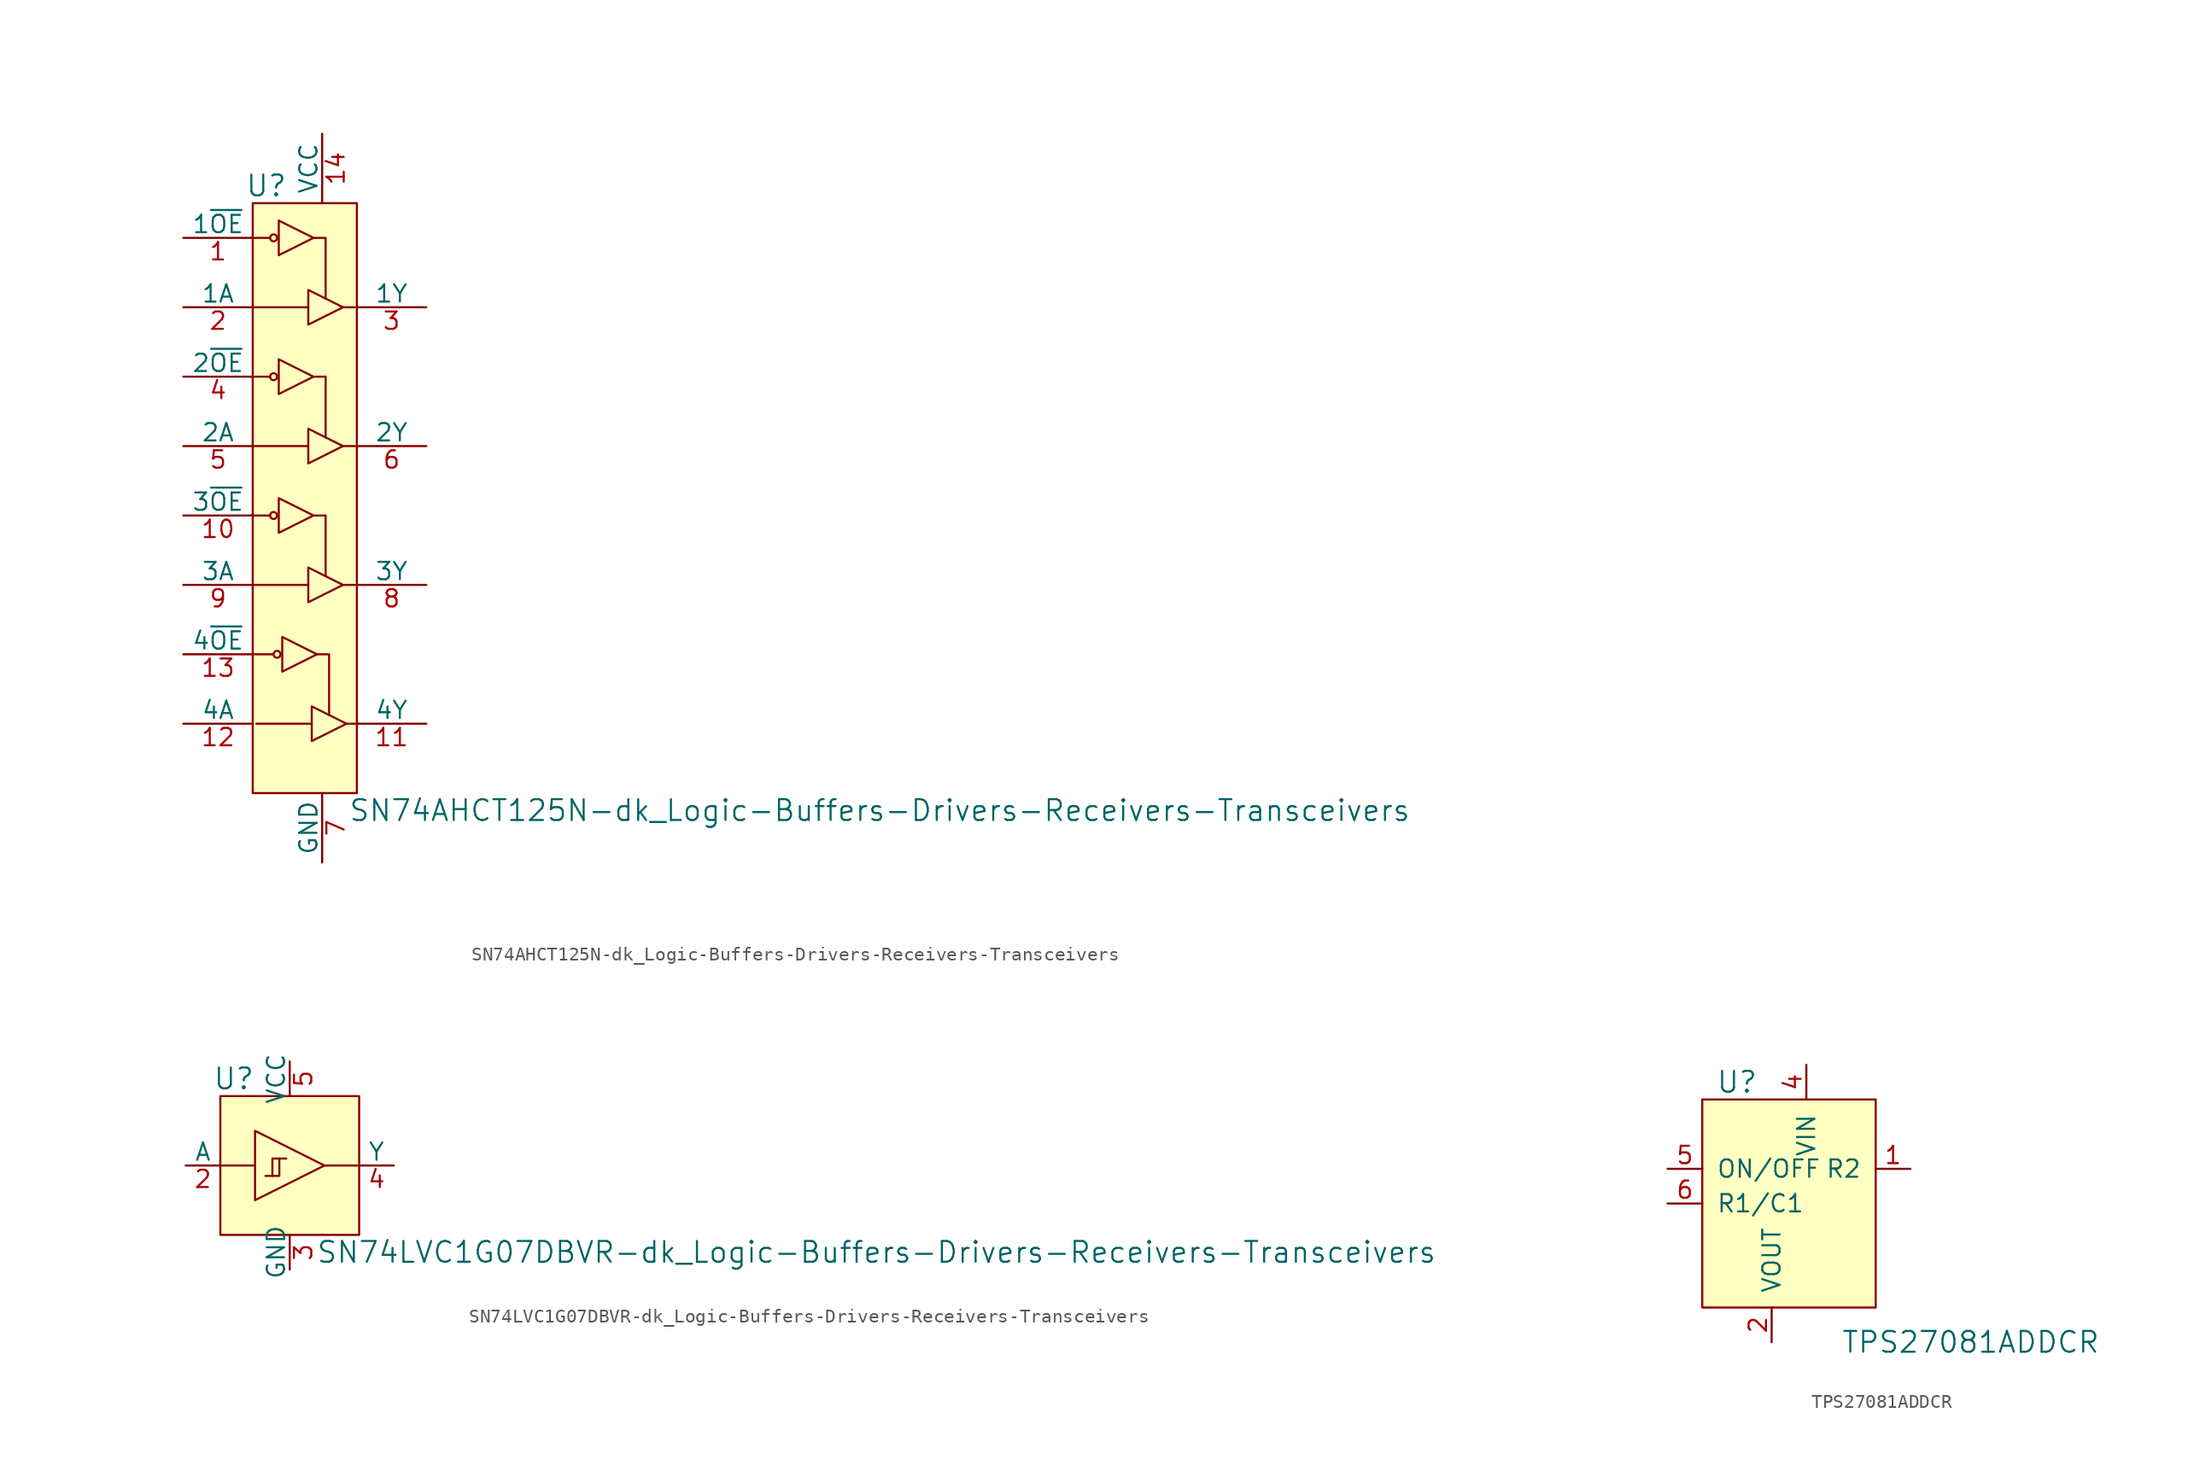
<source format=kicad_sym>
(kicad_symbol_lib
  (version 20231120)
  (generator "kicad_symbol_editor")
  (generator_version "8.0")
  (symbol "SN74AHCT125N-dk_Logic-Buffers-Drivers-Receivers-Transceivers"
    (pin_names
      (offset 0))
    (property "Reference" "U"
      (at -2.54 13.97 0)
      (effects (font (size 1.524 1.524)) (justify right)))
    (property "Value" "SN74AHCT125N-dk_Logic-Buffers-Drivers-Receivers-Transceivers"
      (at 1.905 -31.75 0)
      (effects (font (size 1.524 1.524)) (justify left)))
    (symbol "SN74AHCT125N-dk_Logic-Buffers-Drivers-Receivers-Transceivers_0_1"
      (rectangle (start -5.08 12.7) (end 2.54 -30.48) (stroke (width 0) (type default)) (fill (type background)))
      (circle (center -3.556 -10.16) (radius 0.254) (stroke (width 0) (type default)) (fill (type none)))
      (circle (center -3.556 0) (radius 0.254) (stroke (width 0) (type default)) (fill (type none)))
      (circle (center -3.556 10.16) (radius 0.254) (stroke (width 0) (type default)) (fill (type none)))
      (circle (center -3.302 -20.32) (radius 0.254) (stroke (width 0) (type default)) (fill (type none)))
      (polyline (pts (xy -3.81 -10.16) (xy -5.207 -10.16)) (stroke (width 0) (type default)) (fill (type none)))
      (polyline (pts (xy -3.81 0) (xy -5.207 0)) (stroke (width 0) (type default)) (fill (type none)))
      (polyline (pts (xy -3.81 10.16) (xy -5.207 10.16)) (stroke (width 0) (type default)) (fill (type none)))
      (polyline (pts (xy -3.556 -20.32) (xy -4.953 -20.32)) (stroke (width 0) (type default)) (fill (type none)))
      (polyline (pts (xy -1.016 -15.24) (xy -5.08 -15.24)) (stroke (width 0) (type default)) (fill (type none)))
      (polyline (pts (xy -1.016 -5.08) (xy -5.08 -5.08)) (stroke (width 0) (type default)) (fill (type none)))
      (polyline (pts (xy -1.016 5.08) (xy -5.08 5.08)) (stroke (width 0) (type default)) (fill (type none)))
      (polyline (pts (xy -0.762 -25.4) (xy -4.826 -25.4)) (stroke (width 0) (type default)) (fill (type none)))
      (polyline (pts (xy 1.397 -15.24) (xy 2.413 -15.24)) (stroke (width 0) (type default)) (fill (type none)))
      (polyline (pts (xy 1.397 -5.08) (xy 2.413 -5.08)) (stroke (width 0) (type default)) (fill (type none)))
      (polyline (pts (xy 1.397 5.08) (xy 2.413 5.08)) (stroke (width 0) (type default)) (fill (type none)))
      (polyline (pts (xy 1.651 -25.4) (xy 2.667 -25.4)) (stroke (width 0) (type default)) (fill (type none)))
      (polyline (pts (xy 0.254 -14.605) (xy 0.254 -10.16) (xy -0.635 -10.16)) (stroke (width 0) (type default)) (fill (type none)))
      (polyline (pts (xy 0.254 -4.445) (xy 0.254 0) (xy -0.635 0)) (stroke (width 0) (type default)) (fill (type none)))
      (polyline (pts (xy 0.254 5.715) (xy 0.254 10.16) (xy -0.635 10.16)) (stroke (width 0) (type default)) (fill (type none)))
      (polyline (pts (xy 0.508 -24.765) (xy 0.508 -20.32) (xy -0.381 -20.32)) (stroke (width 0) (type default)) (fill (type none)))
      (polyline (pts (xy -3.175 -8.89) (xy -3.175 -10.16) (xy -3.175 -11.43) (xy -0.635 -10.16) (xy -3.175 -8.89)) (stroke (width 0) (type default)) (fill (type none)))
      (polyline (pts (xy -3.175 1.27) (xy -3.175 0) (xy -3.175 -1.27) (xy -0.635 0) (xy -3.175 1.27)) (stroke (width 0) (type default)) (fill (type none)))
      (polyline (pts (xy -3.175 11.43) (xy -3.175 10.16) (xy -3.175 8.89) (xy -0.635 10.16) (xy -3.175 11.43)) (stroke (width 0) (type default)) (fill (type none)))
      (polyline (pts (xy -2.921 -19.05) (xy -2.921 -20.32) (xy -2.921 -21.59) (xy -0.381 -20.32) (xy -2.921 -19.05)) (stroke (width 0) (type default)) (fill (type none)))
      (polyline (pts (xy -1.016 -13.97) (xy -1.016 -15.24) (xy -1.016 -16.51) (xy 1.524 -15.24) (xy -1.016 -13.97)) (stroke (width 0) (type default)) (fill (type none)))
      (polyline (pts (xy -1.016 -3.81) (xy -1.016 -5.08) (xy -1.016 -6.35) (xy 1.524 -5.08) (xy -1.016 -3.81)) (stroke (width 0) (type default)) (fill (type none)))
      (polyline (pts (xy -1.016 6.35) (xy -1.016 5.08) (xy -1.016 3.81) (xy 1.524 5.08) (xy -1.016 6.35)) (stroke (width 0) (type default)) (fill (type none)))
      (polyline (pts (xy -0.762 -24.13) (xy -0.762 -25.4) (xy -0.762 -26.67) (xy 1.778 -25.4) (xy -0.762 -24.13)) (stroke (width 0) (type default)) (fill (type none))))
    (symbol "SN74AHCT125N-dk_Logic-Buffers-Drivers-Receivers-Transceivers_1_1"
      (pin input line (at -10.16 10.16 0) (length 5.08) (name "1~{OE}" (effects (font (size 1.27 1.27)))) (number "1" (effects (font (size 1.27 1.27)))))
      (pin input line (at -10.16 -10.16 0) (length 5.08) (name "3~{OE}" (effects (font (size 1.27 1.27)))) (number "10" (effects (font (size 1.27 1.27)))))
      (pin output line (at 7.62 -25.4 180) (length 5.08) (name "4Y" (effects (font (size 1.27 1.27)))) (number "11" (effects (font (size 1.27 1.27)))))
      (pin input line (at -10.16 -25.4 0) (length 5.08) (name "4A" (effects (font (size 1.27 1.27)))) (number "12" (effects (font (size 1.27 1.27)))))
      (pin input line (at -10.16 -20.32 0) (length 5.08) (name "4~{OE}" (effects (font (size 1.27 1.27)))) (number "13" (effects (font (size 1.27 1.27)))))
      (pin power_in line (at 0 17.78 270) (length 5.08) (name "VCC" (effects (font (size 1.27 1.27)))) (number "14" (effects (font (size 1.27 1.27)))))
      (pin input line (at -10.16 5.08 0) (length 5.08) (name "1A" (effects (font (size 1.27 1.27)))) (number "2" (effects (font (size 1.27 1.27)))))
      (pin output line (at 7.62 5.08 180) (length 5.08) (name "1Y" (effects (font (size 1.27 1.27)))) (number "3" (effects (font (size 1.27 1.27)))))
      (pin input line (at -10.16 0 0) (length 5.08) (name "2~{OE}" (effects (font (size 1.27 1.27)))) (number "4" (effects (font (size 1.27 1.27)))))
      (pin input line (at -10.16 -5.08 0) (length 5.08) (name "2A" (effects (font (size 1.27 1.27)))) (number "5" (effects (font (size 1.27 1.27)))))
      (pin output line (at 7.62 -5.08 180) (length 5.08) (name "2Y" (effects (font (size 1.27 1.27)))) (number "6" (effects (font (size 1.27 1.27)))))
      (pin power_in line (at 0 -35.56 90) (length 5.08) (name "GND" (effects (font (size 1.27 1.27)))) (number "7" (effects (font (size 1.27 1.27)))))
      (pin output line (at 7.62 -15.24 180) (length 5.08) (name "3Y" (effects (font (size 1.27 1.27)))) (number "8" (effects (font (size 1.27 1.27)))))
      (pin input line (at -10.16 -15.24 0) (length 5.08) (name "3A" (effects (font (size 1.27 1.27)))) (number "9" (effects (font (size 1.27 1.27)))))))
  (symbol "SN74LVC1G07DBVR-dk_Logic-Buffers-Drivers-Receivers-Transceivers"
    (pin_names
      (offset 0))
    (property "Reference" "U"
      (at -2.54 6.35 0)
      (effects (font (size 1.524 1.524)) (justify right)))
    (property "Value" "SN74LVC1G07DBVR-dk_Logic-Buffers-Drivers-Receivers-Transceivers"
      (at 1.905 -6.35 0)
      (effects (font (size 1.524 1.524)) (justify left)))
    (symbol "SN74LVC1G07DBVR-dk_Logic-Buffers-Drivers-Receivers-Transceivers_0_1"
      (rectangle (start -5.08 5.08) (end 5.08 -5.08) (stroke (width 0) (type default)) (fill (type background)))
      (polyline (pts (xy -2.54 0) (xy -5.08 0)) (stroke (width 0) (type default)) (fill (type none)))
      (polyline (pts (xy 2.54 0) (xy 5.08 0)) (stroke (width 0) (type default)) (fill (type background)))
      (polyline (pts (xy -2.54 2.54) (xy -2.54 -2.54) (xy 2.54 0) (xy -2.54 2.54)) (stroke (width 0) (type default)) (fill (type background)))
      (polyline (pts (xy -1.778 -0.762) (xy -1.27 -0.762) (xy -1.27 0.508) (xy -0.762 0.508)) (stroke (width 0) (type default)) (fill (type none)))
      (polyline (pts (xy -0.254 0.508) (xy -0.762 0.508) (xy -0.762 -0.762) (xy -1.27 -0.762)) (stroke (width 0) (type default)) (fill (type none))))
    (symbol "SN74LVC1G07DBVR-dk_Logic-Buffers-Drivers-Receivers-Transceivers_1_1"
      (pin no_connect line (at -7.62 -5.08 0) (length 2.54) hide (name "NC" (effects (font (size 1.27 1.27)))) (number "1" (effects (font (size 1.27 1.27)))))
      (pin input line (at -7.62 0 0) (length 2.54) (name "A" (effects (font (size 1.27 1.27)))) (number "2" (effects (font (size 1.27 1.27)))))
      (pin power_in line (at 0 -7.62 90) (length 2.54) (name "GND" (effects (font (size 1.27 1.27)))) (number "3" (effects (font (size 1.27 1.27)))))
      (pin output line (at 7.62 0 180) (length 2.54) (name "Y" (effects (font (size 1.27 1.27)))) (number "4" (effects (font (size 1.27 1.27)))))
      (pin power_in line (at 0 7.62 270) (length 2.54) (name "VCC" (effects (font (size 1.27 1.27)))) (number "5" (effects (font (size 1.27 1.27)))))))
  (symbol "TPS27081ADDCR"
    (pin_names
      (offset 1.016))
    (property "Reference" "U"
      (at -2.54 6.35 0)
      (effects (font (size 1.524 1.524))))
    (property "Value" "TPS27081ADDCR"
      (at 5.08 -12.7 0)
      (effects (font (size 1.524 1.524)) (justify left)))
    (symbol "TPS27081ADDCR_0_1"
      (rectangle (start -5.08 5.08) (end 7.62 -10.16) (stroke (width 0) (type default)) (fill (type background))))
    (symbol "TPS27081ADDCR_1_1"
      (pin passive line (at 10.16 0 180) (length 2.54) (name "R2" (effects (font (size 1.27 1.27)))) (number "1" (effects (font (size 1.27 1.27)))))
      (pin power_out line (at 0 -12.7 90) (length 2.54) (name "VOUT" (effects (font (size 1.27 1.27)))) (number "2" (effects (font (size 1.27 1.27)))))
      (pin passive line (at 0 -12.7 90) (length 2.54) hide (name "VOUT" (effects (font (size 1.27 1.27)))) (number "3" (effects (font (size 1.27 1.27)))))
      (pin power_in line (at 2.54 7.62 270) (length 2.54) (name "VIN" (effects (font (size 1.27 1.27)))) (number "4" (effects (font (size 1.27 1.27)))))
      (pin input line (at -7.62 0 0) (length 2.54) (name "ON/OFF" (effects (font (size 1.27 1.27)))) (number "5" (effects (font (size 1.27 1.27)))))
      (pin input line (at -7.62 -2.54 0) (length 2.54) (name "R1/C1" (effects (font (size 1.27 1.27)))) (number "6" (effects (font (size 1.27 1.27))))))))
</source>
